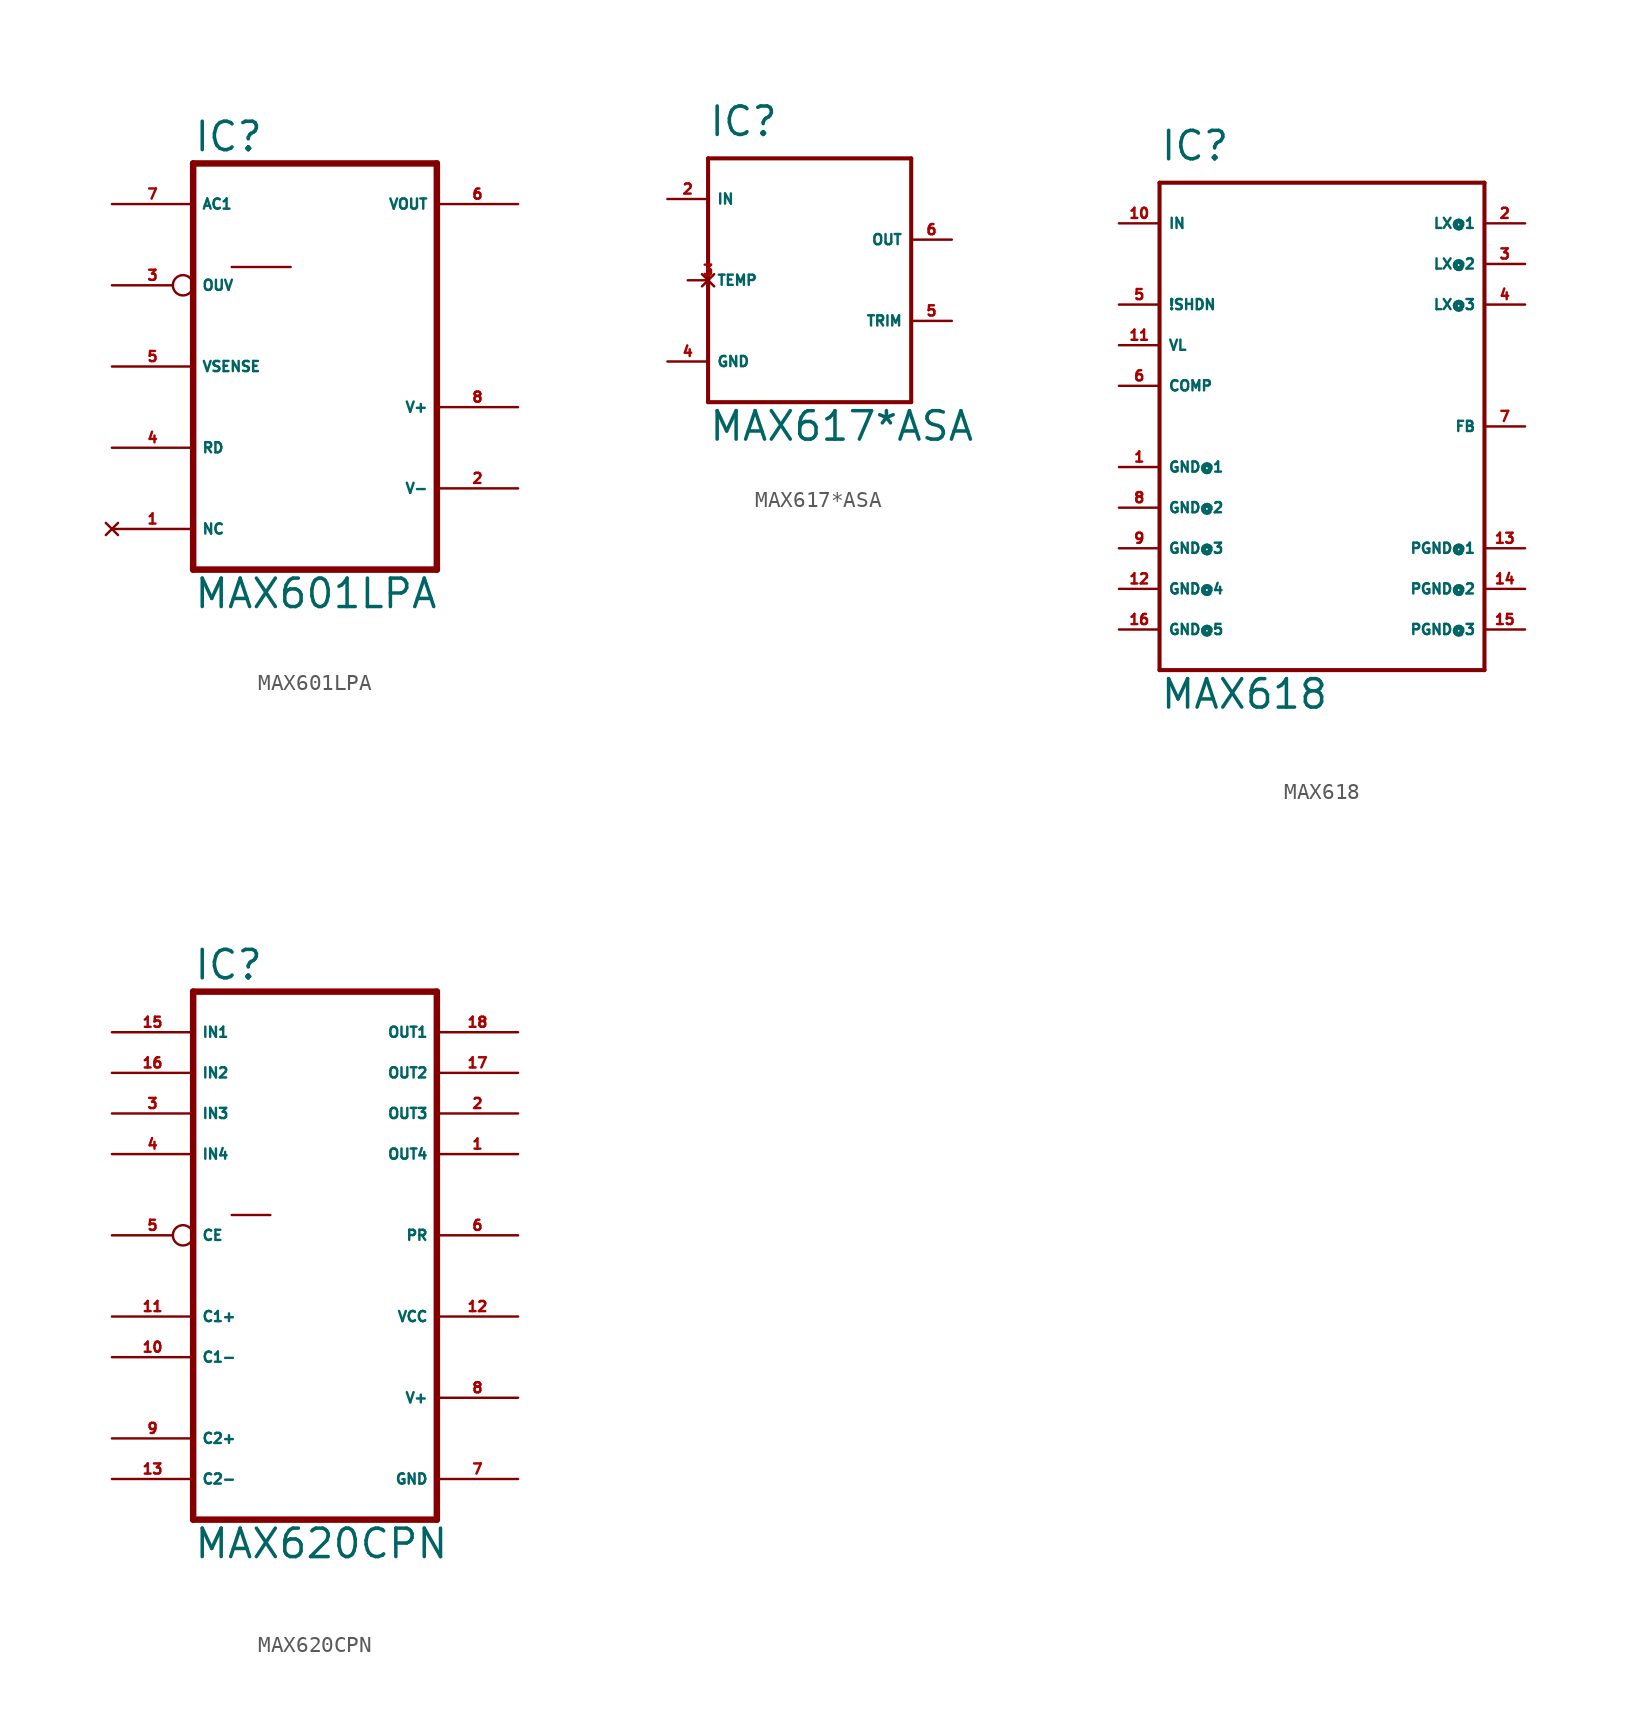
<source format=kicad_sym>
(kicad_symbol_lib
  (version 20220914)
  (generator Eagle2Kicad)
  (symbol "MAX601LPA"
    (property "Reference" "IC"
      (at -7.62 13.335 0)
      (effects (font (size 1.778 1.778) (thickness 0.22)) (justify left bottom)))
    (property "Value" "MAX601LPA"
      (at -7.62 -15.24 0)
      (effects (font (size 1.778 1.778) (thickness 0.22)) (justify left bottom)))
    (polyline
      (pts (xy -7.62 -12.7) (xy -7.62 12.7))
      (stroke (width 0.406) (type default))
      (fill (type none)))
    (polyline
      (pts (xy 7.62 12.7) (xy -7.62 12.7))
      (stroke (width 0.406) (type default))
      (fill (type none)))
    (polyline
      (pts (xy 7.62 12.7) (xy 7.62 -12.7))
      (stroke (width 0.406) (type default))
      (fill (type none)))
    (polyline
      (pts (xy -7.62 -12.7) (xy 7.62 -12.7))
      (stroke (width 0.406) (type default))
      (fill (type none)))
    (polyline
      (pts (xy -5.207 6.223) (xy -1.524 6.223))
      (stroke (width 0.152) (type default))
      (fill (type none)))
    (pin input line
      (at -12.7 10.16 0)
      (length 5.08)
      (name "AC1" (effects (font (size 0.635 0.635) (thickness 0.08)) (justify left bottom)))
      (number "7" (effects (font (size 0.635 0.635) (thickness 0.08)) (justify left bottom))))
    (pin no_connect line
      (at -12.7 -10.16 0)
      (length 5.08)
      (name "NC" (effects (font (size 0.635 0.635) (thickness 0.08)) (justify left bottom) hide))
      (number "1" (effects (font (size 0.635 0.635) (thickness 0.08)) (justify left bottom) hide)))
    (pin input inverted
      (at -12.7 5.08 0)
      (length 5.08)
      (name "OUV" (effects (font (size 0.635 0.635) (thickness 0.08)) (justify left bottom)))
      (number "3" (effects (font (size 0.635 0.635) (thickness 0.08)) (justify left bottom))))
    (pin input line
      (at -12.7 0 0)
      (length 5.08)
      (name "VSENSE" (effects (font (size 0.635 0.635) (thickness 0.08)) (justify left bottom)))
      (number "5" (effects (font (size 0.635 0.635) (thickness 0.08)) (justify left bottom))))
    (pin unspecified line
      (at 12.7 -7.62 180)
      (length 5.08)
      (name "V-" (effects (font (size 0.635 0.635) (thickness 0.08)) (justify left bottom)))
      (number "2" (effects (font (size 0.635 0.635) (thickness 0.08)) (justify left bottom))))
    (pin unspecified line
      (at 12.7 -2.54 180)
      (length 5.08)
      (name "V+" (effects (font (size 0.635 0.635) (thickness 0.08)) (justify left bottom)))
      (number "8" (effects (font (size 0.635 0.635) (thickness 0.08)) (justify left bottom))))
    (pin output line
      (at 12.7 10.16 180)
      (length 5.08)
      (name "VOUT" (effects (font (size 0.635 0.635) (thickness 0.08)) (justify left bottom)))
      (number "6" (effects (font (size 0.635 0.635) (thickness 0.08)) (justify left bottom))))
    (pin passive line
      (at -12.7 -5.08 0)
      (length 5.08)
      (name "RD" (effects (font (size 0.635 0.635) (thickness 0.08)) (justify left bottom)))
      (number "4" (effects (font (size 0.635 0.635) (thickness 0.08)) (justify left bottom)))))
  (symbol "MAX617*ASA"
    (property "Reference" "IC"
      (at -5.08 8.89 0)
      (effects (font (size 1.778 1.778) (thickness 0.22)) (justify left bottom)))
    (property "Value" "MAX617*ASA"
      (at -5.08 -10.16 0)
      (effects (font (size 1.778 1.778) (thickness 0.22)) (justify left bottom)))
    (polyline
      (pts (xy -5.08 7.62) (xy 7.62 7.62))
      (stroke (width 0.254) (type default))
      (fill (type none)))
    (polyline
      (pts (xy 7.62 7.62) (xy 7.62 -7.62))
      (stroke (width 0.254) (type default))
      (fill (type none)))
    (polyline
      (pts (xy 7.62 -7.62) (xy -5.08 -7.62))
      (stroke (width 0.254) (type default))
      (fill (type none)))
    (polyline
      (pts (xy -5.08 -7.62) (xy -5.08 0))
      (stroke (width 0.254) (type default))
      (fill (type none)))
    (polyline
      (pts (xy -5.08 0) (xy -5.08 7.62))
      (stroke (width 0.254) (type default))
      (fill (type none)))
    (polyline
      (pts (xy -5.08 0) (xy -6.35 0))
      (stroke (width 0.152) (type default))
      (fill (type none)))
    (pin input line
      (at -7.62 5.08 0)
      (length 2.54)
      (name "IN" (effects (font (size 0.635 0.635) (thickness 0.08)) (justify left bottom)))
      (number "2" (effects (font (size 0.635 0.635) (thickness 0.08)) (justify left bottom))))
    (pin unspecified line
      (at -7.62 -5.08 0)
      (length 2.54)
      (name "GND" (effects (font (size 0.635 0.635) (thickness 0.08)) (justify left bottom)))
      (number "4" (effects (font (size 0.635 0.635) (thickness 0.08)) (justify left bottom))))
    (pin input line
      (at 10.16 2.54 180)
      (length 2.54)
      (name "OUT" (effects (font (size 0.635 0.635) (thickness 0.08)) (justify left bottom)))
      (number "6" (effects (font (size 0.635 0.635) (thickness 0.08)) (justify left bottom))))
    (pin input line
      (at 10.16 -2.54 180)
      (length 2.54)
      (name "TRIM" (effects (font (size 0.635 0.635) (thickness 0.08)) (justify left bottom)))
      (number "5" (effects (font (size 0.635 0.635) (thickness 0.08)) (justify left bottom))))
    (pin no_connect line
      (at -5.08 0 0)
      (length 0)
      (name "TEMP" (effects (font (size 0.635 0.635) (thickness 0.08)) (justify left bottom) hide))
      (number "3" (effects (font (size 0.635 0.635) (thickness 0.08)) (justify left bottom) hide))))
  (symbol "MAX618"
    (property "Reference" "IC"
      (at -10.16 16.51 0)
      (effects (font (size 1.778 1.778) (thickness 0.22)) (justify left bottom)))
    (property "Value" "MAX618"
      (at -10.16 -17.78 0)
      (effects (font (size 1.778 1.778) (thickness 0.22)) (justify left bottom)))
    (polyline
      (pts (xy -10.16 15.24) (xy 10.16 15.24))
      (stroke (width 0.254) (type default))
      (fill (type none)))
    (polyline
      (pts (xy 10.16 15.24) (xy 10.16 -15.24))
      (stroke (width 0.254) (type default))
      (fill (type none)))
    (polyline
      (pts (xy 10.16 -15.24) (xy -10.16 -15.24))
      (stroke (width 0.254) (type default))
      (fill (type none)))
    (polyline
      (pts (xy -10.16 -15.24) (xy -10.16 15.24))
      (stroke (width 0.254) (type default))
      (fill (type none)))
    (pin input line
      (at -12.7 12.7 0)
      (length 2.54)
      (name "IN" (effects (font (size 0.635 0.635) (thickness 0.08)) (justify left bottom)))
      (number "10" (effects (font (size 0.635 0.635) (thickness 0.08)) (justify left bottom))))
    (pin open_collector line
      (at 12.7 12.7 180)
      (length 2.54)
      (name "LX@1" (effects (font (size 0.635 0.635) (thickness 0.08)) (justify left bottom)))
      (number "2" (effects (font (size 0.635 0.635) (thickness 0.08)) (justify left bottom))))
    (pin input line
      (at 12.7 0 180)
      (length 2.54)
      (name "FB" (effects (font (size 0.635 0.635) (thickness 0.08)) (justify left bottom)))
      (number "7" (effects (font (size 0.635 0.635) (thickness 0.08)) (justify left bottom))))
    (pin input line
      (at -12.7 7.62 0)
      (length 2.54)
      (name "!SHDN" (effects (font (size 0.635 0.635) (thickness 0.08)) (justify left bottom)))
      (number "5" (effects (font (size 0.635 0.635) (thickness 0.08)) (justify left bottom))))
    (pin input line
      (at -12.7 2.54 0)
      (length 2.54)
      (name "COMP" (effects (font (size 0.635 0.635) (thickness 0.08)) (justify left bottom)))
      (number "6" (effects (font (size 0.635 0.635) (thickness 0.08)) (justify left bottom))))
    (pin output line
      (at -12.7 5.08 0)
      (length 2.54)
      (name "VL" (effects (font (size 0.635 0.635) (thickness 0.08)) (justify left bottom)))
      (number "11" (effects (font (size 0.635 0.635) (thickness 0.08)) (justify left bottom))))
    (pin output line
      (at -12.7 -2.54 0)
      (length 2.54)
      (name "GND@1" (effects (font (size 0.635 0.635) (thickness 0.08)) (justify left bottom)))
      (number "1" (effects (font (size 0.635 0.635) (thickness 0.08)) (justify left bottom))))
    (pin output line
      (at -12.7 -5.08 0)
      (length 2.54)
      (name "GND@2" (effects (font (size 0.635 0.635) (thickness 0.08)) (justify left bottom)))
      (number "8" (effects (font (size 0.635 0.635) (thickness 0.08)) (justify left bottom))))
    (pin output line
      (at -12.7 -7.62 0)
      (length 2.54)
      (name "GND@3" (effects (font (size 0.635 0.635) (thickness 0.08)) (justify left bottom)))
      (number "9" (effects (font (size 0.635 0.635) (thickness 0.08)) (justify left bottom))))
    (pin output line
      (at -12.7 -10.16 0)
      (length 2.54)
      (name "GND@4" (effects (font (size 0.635 0.635) (thickness 0.08)) (justify left bottom)))
      (number "12" (effects (font (size 0.635 0.635) (thickness 0.08)) (justify left bottom))))
    (pin output line
      (at -12.7 -12.7 0)
      (length 2.54)
      (name "GND@5" (effects (font (size 0.635 0.635) (thickness 0.08)) (justify left bottom)))
      (number "16" (effects (font (size 0.635 0.635) (thickness 0.08)) (justify left bottom))))
    (pin output line
      (at 12.7 -7.62 180)
      (length 2.54)
      (name "PGND@1" (effects (font (size 0.635 0.635) (thickness 0.08)) (justify left bottom)))
      (number "13" (effects (font (size 0.635 0.635) (thickness 0.08)) (justify left bottom))))
    (pin output line
      (at 12.7 -10.16 180)
      (length 2.54)
      (name "PGND@2" (effects (font (size 0.635 0.635) (thickness 0.08)) (justify left bottom)))
      (number "14" (effects (font (size 0.635 0.635) (thickness 0.08)) (justify left bottom))))
    (pin output line
      (at 12.7 -12.7 180)
      (length 2.54)
      (name "PGND@3" (effects (font (size 0.635 0.635) (thickness 0.08)) (justify left bottom)))
      (number "15" (effects (font (size 0.635 0.635) (thickness 0.08)) (justify left bottom))))
    (pin open_collector line
      (at 12.7 10.16 180)
      (length 2.54)
      (name "LX@2" (effects (font (size 0.635 0.635) (thickness 0.08)) (justify left bottom)))
      (number "3" (effects (font (size 0.635 0.635) (thickness 0.08)) (justify left bottom))))
    (pin open_collector line
      (at 12.7 7.62 180)
      (length 2.54)
      (name "LX@3" (effects (font (size 0.635 0.635) (thickness 0.08)) (justify left bottom)))
      (number "4" (effects (font (size 0.635 0.635) (thickness 0.08)) (justify left bottom)))))
  (symbol "MAX620CPN"
    (property "Reference" "IC"
      (at -7.62 15.875 0)
      (effects (font (size 1.778 1.778) (thickness 0.22)) (justify left bottom)))
    (property "Value" "MAX620CPN"
      (at -7.62 -20.32 0)
      (effects (font (size 1.778 1.778) (thickness 0.22)) (justify left bottom)))
    (polyline
      (pts (xy 7.62 -17.78) (xy -7.62 -17.78))
      (stroke (width 0.406) (type default))
      (fill (type none)))
    (polyline
      (pts (xy -7.62 15.24) (xy -7.62 -17.78))
      (stroke (width 0.406) (type default))
      (fill (type none)))
    (polyline
      (pts (xy -7.62 15.24) (xy 7.62 15.24))
      (stroke (width 0.406) (type default))
      (fill (type none)))
    (polyline
      (pts (xy 7.62 -17.78) (xy 7.62 15.24))
      (stroke (width 0.406) (type default))
      (fill (type none)))
    (polyline
      (pts (xy -5.207 1.27) (xy -2.794 1.27))
      (stroke (width 0.152) (type default))
      (fill (type none)))
    (pin input line
      (at -12.7 12.7 0)
      (length 5.08)
      (name "IN1" (effects (font (size 0.635 0.635) (thickness 0.08)) (justify left bottom)))
      (number "15" (effects (font (size 0.635 0.635) (thickness 0.08)) (justify left bottom))))
    (pin input line
      (at -12.7 10.16 0)
      (length 5.08)
      (name "IN2" (effects (font (size 0.635 0.635) (thickness 0.08)) (justify left bottom)))
      (number "16" (effects (font (size 0.635 0.635) (thickness 0.08)) (justify left bottom))))
    (pin output line
      (at 12.7 12.7 180)
      (length 5.08)
      (name "OUT1" (effects (font (size 0.635 0.635) (thickness 0.08)) (justify left bottom)))
      (number "18" (effects (font (size 0.635 0.635) (thickness 0.08)) (justify left bottom))))
    (pin unspecified line
      (at 12.7 -15.24 180)
      (length 5.08)
      (name "GND" (effects (font (size 0.635 0.635) (thickness 0.08)) (justify left bottom)))
      (number "7" (effects (font (size 0.635 0.635) (thickness 0.08)) (justify left bottom))))
    (pin unspecified line
      (at 12.7 -5.08 180)
      (length 5.08)
      (name "VCC" (effects (font (size 0.635 0.635) (thickness 0.08)) (justify left bottom)))
      (number "12" (effects (font (size 0.635 0.635) (thickness 0.08)) (justify left bottom))))
    (pin passive line
      (at -12.7 -15.24 0)
      (length 5.08)
      (name "C2-" (effects (font (size 0.635 0.635) (thickness 0.08)) (justify left bottom)))
      (number "13" (effects (font (size 0.635 0.635) (thickness 0.08)) (justify left bottom))))
    (pin passive line
      (at -12.7 -7.62 0)
      (length 5.08)
      (name "C1-" (effects (font (size 0.635 0.635) (thickness 0.08)) (justify left bottom)))
      (number "10" (effects (font (size 0.635 0.635) (thickness 0.08)) (justify left bottom))))
    (pin passive line
      (at -12.7 -5.08 0)
      (length 5.08)
      (name "C1+" (effects (font (size 0.635 0.635) (thickness 0.08)) (justify left bottom)))
      (number "11" (effects (font (size 0.635 0.635) (thickness 0.08)) (justify left bottom))))
    (pin output line
      (at 12.7 10.16 180)
      (length 5.08)
      (name "OUT2" (effects (font (size 0.635 0.635) (thickness 0.08)) (justify left bottom)))
      (number "17" (effects (font (size 0.635 0.635) (thickness 0.08)) (justify left bottom))))
    (pin unspecified line
      (at 12.7 -10.16 180)
      (length 5.08)
      (name "V+" (effects (font (size 0.635 0.635) (thickness 0.08)) (justify left bottom)))
      (number "8" (effects (font (size 0.635 0.635) (thickness 0.08)) (justify left bottom))))
    (pin passive line
      (at -12.7 -12.7 0)
      (length 5.08)
      (name "C2+" (effects (font (size 0.635 0.635) (thickness 0.08)) (justify left bottom)))
      (number "9" (effects (font (size 0.635 0.635) (thickness 0.08)) (justify left bottom))))
    (pin input line
      (at -12.7 7.62 0)
      (length 5.08)
      (name "IN3" (effects (font (size 0.635 0.635) (thickness 0.08)) (justify left bottom)))
      (number "3" (effects (font (size 0.635 0.635) (thickness 0.08)) (justify left bottom))))
    (pin input line
      (at -12.7 5.08 0)
      (length 5.08)
      (name "IN4" (effects (font (size 0.635 0.635) (thickness 0.08)) (justify left bottom)))
      (number "4" (effects (font (size 0.635 0.635) (thickness 0.08)) (justify left bottom))))
    (pin output line
      (at 12.7 7.62 180)
      (length 5.08)
      (name "OUT3" (effects (font (size 0.635 0.635) (thickness 0.08)) (justify left bottom)))
      (number "2" (effects (font (size 0.635 0.635) (thickness 0.08)) (justify left bottom))))
    (pin output line
      (at 12.7 5.08 180)
      (length 5.08)
      (name "OUT4" (effects (font (size 0.635 0.635) (thickness 0.08)) (justify left bottom)))
      (number "1" (effects (font (size 0.635 0.635) (thickness 0.08)) (justify left bottom))))
    (pin output line
      (at 12.7 0 180)
      (length 5.08)
      (name "PR" (effects (font (size 0.635 0.635) (thickness 0.08)) (justify left bottom)))
      (number "6" (effects (font (size 0.635 0.635) (thickness 0.08)) (justify left bottom))))
    (pin input inverted
      (at -12.7 0 0)
      (length 5.08)
      (name "CE" (effects (font (size 0.635 0.635) (thickness 0.08)) (justify left bottom)))
      (number "5" (effects (font (size 0.635 0.635) (thickness 0.08)) (justify left bottom))))))
</source>
